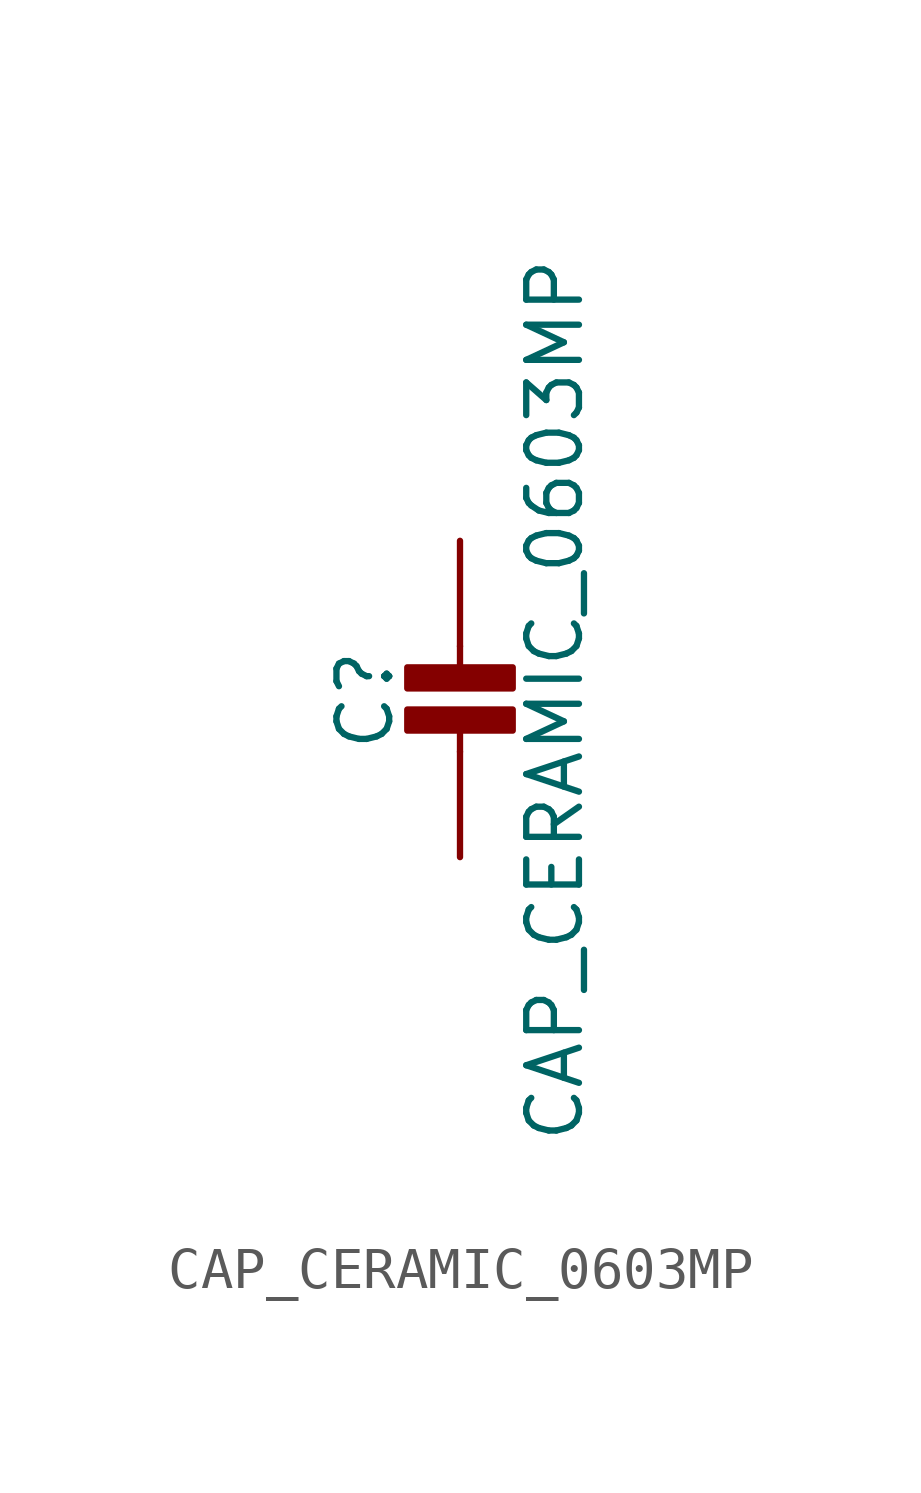
<source format=kicad_sym>
(kicad_symbol_lib
  (version 20211014)
  (generator kicad_symbol_editor)
  (symbol "CAP_CERAMIC_0603MP"
    (pin_names
      (offset 1.016))
    (property "Reference" "C"
      (at -2.286 1.245 90)
      (effects (font (size 1.27 1.27))))
    (property "Value" "CAP_CERAMIC_0603MP"
      (at 2.286 1.245 90)
      (effects (font (size 1.27 1.27))))
    (property "ki_locked" ""
      (at 0 0 0)
      (effects (font (size 1.27 1.27))))
    (symbol "CAP_CERAMIC_0603MP_1_0"
      (rectangle (start -1.27 0.508) (end 1.27 1.016) (stroke (width 0) (type default) (color 0 0 0 0)) (fill (type outline)))
      (rectangle (start -1.27 1.524) (end 1.27 2.032) (stroke (width 0) (type default) (color 0 0 0 0)) (fill (type outline)))
      (polyline (pts (xy 0 0.762) (xy 0 0)) (stroke (width 0) (type default) (color 0 0 0 0)) (fill (type none)))
      (polyline (pts (xy 0 2.54) (xy 0 1.778)) (stroke (width 0) (type default) (color 0 0 0 0)) (fill (type none)))
      (pin passive line (at 0 5.08 270) (length 2.54) (name "1" (effects (font (size 0 0)))) (number "1" (effects (font (size 0 0)))))
      (pin passive line (at 0 -2.54 90) (length 2.54) (name "2" (effects (font (size 0 0)))) (number "2" (effects (font (size 0 0))))))))
</source>
